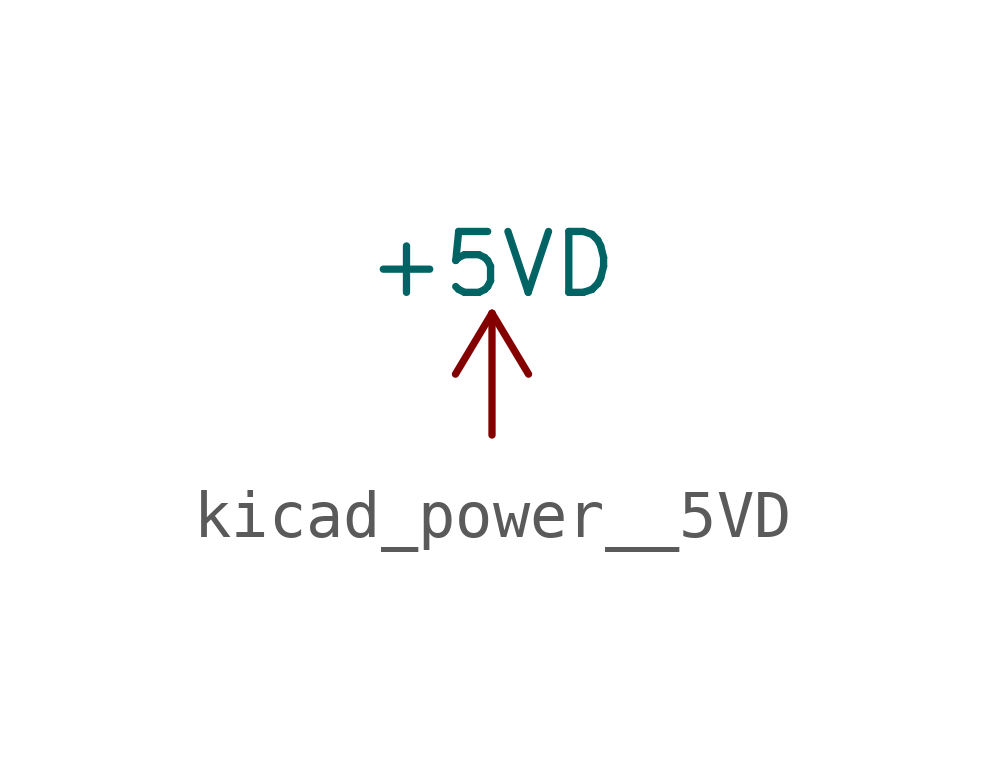
<source format=kicad_sym>
(kicad_symbol_lib
  (version 20220914)
  (generator kicad_symbol_editor)
  (symbol "kicad_power__5VD"
    (power)
    (pin_names
      (offset 0))
    (property "Reference" "#PWR"
      (at 0 -3.81 0)
      (effects (font (size 1.27 1.27)) hide))
    (property "Value" "+5VD"
      (at 0 3.556 0)
      (effects (font (size 1.27 1.27))))
    (symbol "kicad_power__5VD_0_1"
      (polyline (pts (xy -0.762 1.27) (xy 0 2.54)) (stroke (width 0) (type default)) (fill (type none)))
      (polyline (pts (xy 0 0) (xy 0 2.54)) (stroke (width 0) (type default)) (fill (type none)))
      (polyline (pts (xy 0 2.54) (xy 0.762 1.27)) (stroke (width 0) (type default)) (fill (type none))))
    (symbol "kicad_power__5VD_1_1"
      (pin power_in line (at 0 0 90) (length 0) hide (name "+5VD" (effects (font (size 1.27 1.27)))) (number "1" (effects (font (size 1.27 1.27))))))))
</source>
